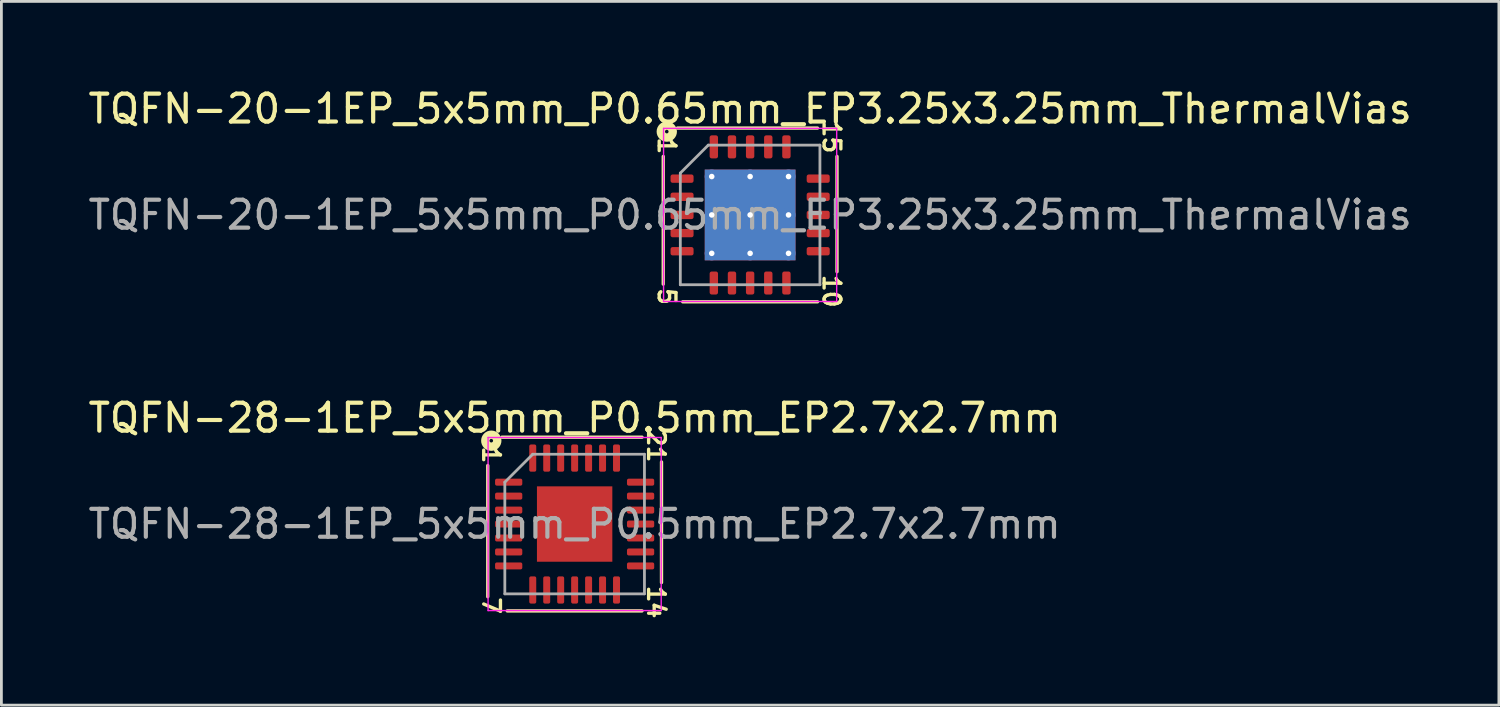
<source format=kicad_pcb>
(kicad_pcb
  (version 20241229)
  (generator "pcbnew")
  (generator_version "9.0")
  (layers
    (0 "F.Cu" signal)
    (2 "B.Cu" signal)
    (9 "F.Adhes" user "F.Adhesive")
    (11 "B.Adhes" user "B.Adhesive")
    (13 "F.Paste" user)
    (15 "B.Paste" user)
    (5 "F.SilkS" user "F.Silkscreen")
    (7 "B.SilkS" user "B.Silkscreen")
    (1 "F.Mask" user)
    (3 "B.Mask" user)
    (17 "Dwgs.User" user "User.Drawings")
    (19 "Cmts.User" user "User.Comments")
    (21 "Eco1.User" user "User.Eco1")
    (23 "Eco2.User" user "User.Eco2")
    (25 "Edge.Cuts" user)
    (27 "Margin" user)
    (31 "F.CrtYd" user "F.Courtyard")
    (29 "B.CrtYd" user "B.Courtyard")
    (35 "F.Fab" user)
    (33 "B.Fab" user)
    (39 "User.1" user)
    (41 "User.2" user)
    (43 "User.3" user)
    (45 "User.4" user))
  (footprint "TQFN-28-1EP_5x5mm_P0.5mm_EP2.7x2.7mm"
    (layer "F.Cu")
    (at 17.53 15.718)
    (property "Reference" "TQFN-28-1EP_5x5mm_P0.5mm_EP2.7x2.7mm" (at 0 -3.8 0) (layer "F.SilkS") (effects (font (size 1 1) (thickness 0.15))))
    (attr smd)
    (fp_line (start -3.111 -2.095) (end -3.111 2.603) (stroke (width 0.12) (type solid)) (layer "F.SilkS"))
    (fp_line (start -2.413 3.111) (end 2.413 3.111) (stroke (width 0.12) (type solid)) (layer "F.SilkS"))
    (fp_line (start 2.413 -3.111) (end -2.603 -3.111) (stroke (width 0.12) (type solid)) (layer "F.SilkS"))
    (fp_line (start 3.111 2.095) (end 3.111 -2.223) (stroke (width 0.12) (type solid)) (layer "F.SilkS"))
    (fp_circle (center -2.985 -2.985) (end -2.921 -2.985) (stroke (width 0.3) (type solid)) (fill no) (layer "F.SilkS"))
    (fp_line (start -3.1 -3.1) (end -3.1 3.1) (stroke (width 0.05) (type solid)) (layer "F.CrtYd"))
    (fp_line (start -3.1 3.1) (end 3.1 3.1) (stroke (width 0.05) (type solid)) (layer "F.CrtYd"))
    (fp_line (start 3.1 -3.1) (end -3.1 -3.1) (stroke (width 0.05) (type solid)) (layer "F.CrtYd"))
    (fp_line (start 3.1 3.1) (end 3.1 -3.1) (stroke (width 0.05) (type solid)) (layer "F.CrtYd"))
    (fp_line (start -2.5 -1.5) (end -1.5 -2.5) (stroke (width 0.1) (type solid)) (layer "F.Fab"))
    (fp_line (start -2.5 2.5) (end -2.5 -1.5) (stroke (width 0.1) (type solid)) (layer "F.Fab"))
    (fp_line (start -1.5 -2.5) (end 2.5 -2.5) (stroke (width 0.1) (type solid)) (layer "F.Fab"))
    (fp_line (start 2.5 -2.5) (end 2.5 2.5) (stroke (width 0.1) (type solid)) (layer "F.Fab"))
    (fp_line (start 2.5 2.5) (end -2.5 2.5) (stroke (width 0.1) (type solid)) (layer "F.Fab"))
    (fp_text user "14" (at 2.921 2.794 270) (unlocked yes) (layer "F.SilkS") (effects (font (size 0.6 0.6) (thickness 0.12))))
    (fp_text user "21" (at 2.921 -2.794 270) (unlocked yes) (layer "F.SilkS") (effects (font (size 0.6 0.6) (thickness 0.12))))
    (fp_text user "1" (at -2.985 -2.477 270) (unlocked yes) (layer "F.SilkS") (effects (font (size 0.6 0.6) (thickness 0.12))))
    (fp_text user "7" (at -2.985 2.921 270) (unlocked yes) (layer "F.SilkS") (effects (font (size 0.6 0.6) (thickness 0.12))))
    (fp_text user "${REFERENCE}" (at 0 0 0) (layer "F.Fab") (effects (font (size 1 1) (thickness 0.15))))
    (pad "" smd roundrect (at -0.675 -0.675) (size 1.09 1.09) (layers "F.Paste") (roundrect_rratio 0.229))
    (pad "" smd roundrect (at -0.675 0.675) (size 1.09 1.09) (layers "F.Paste") (roundrect_rratio 0.229))
    (pad "" smd roundrect (at 0.675 -0.675) (size 1.09 1.09) (layers "F.Paste") (roundrect_rratio 0.229))
    (pad "" smd roundrect (at 0.675 0.675) (size 1.09 1.09) (layers "F.Paste") (roundrect_rratio 0.229))
    (pad "1" smd roundrect (at -2.362 -1.5) (size 0.975 0.25) (layers "F.Cu" "F.Mask" "F.Paste") (roundrect_rratio 0.25))
    (pad "2" smd roundrect (at -2.362 -1) (size 0.975 0.25) (layers "F.Cu" "F.Mask" "F.Paste") (roundrect_rratio 0.25))
    (pad "3" smd roundrect (at -2.362 -0.5) (size 0.975 0.25) (layers "F.Cu" "F.Mask" "F.Paste") (roundrect_rratio 0.25))
    (pad "4" smd roundrect (at -2.362 0) (size 0.975 0.25) (layers "F.Cu" "F.Mask" "F.Paste") (roundrect_rratio 0.25))
    (pad "5" smd roundrect (at -2.362 0.5) (size 0.975 0.25) (layers "F.Cu" "F.Mask" "F.Paste") (roundrect_rratio 0.25))
    (pad "6" smd roundrect (at -2.362 1) (size 0.975 0.25) (layers "F.Cu" "F.Mask" "F.Paste") (roundrect_rratio 0.25))
    (pad "7" smd roundrect (at -2.362 1.5) (size 0.975 0.25) (layers "F.Cu" "F.Mask" "F.Paste") (roundrect_rratio 0.25))
    (pad "8" smd roundrect (at -1.5 2.362) (size 0.25 0.975) (layers "F.Cu" "F.Mask" "F.Paste") (roundrect_rratio 0.25))
    (pad "9" smd roundrect (at -1 2.362) (size 0.25 0.975) (layers "F.Cu" "F.Mask" "F.Paste") (roundrect_rratio 0.25))
    (pad "10" smd roundrect (at -0.5 2.362) (size 0.25 0.975) (layers "F.Cu" "F.Mask" "F.Paste") (roundrect_rratio 0.25))
    (pad "11" smd roundrect (at 0 2.362) (size 0.25 0.975) (layers "F.Cu" "F.Mask" "F.Paste") (roundrect_rratio 0.25))
    (pad "12" smd roundrect (at 0.5 2.362) (size 0.25 0.975) (layers "F.Cu" "F.Mask" "F.Paste") (roundrect_rratio 0.25))
    (pad "13" smd roundrect (at 1 2.362) (size 0.25 0.975) (layers "F.Cu" "F.Mask" "F.Paste") (roundrect_rratio 0.25))
    (pad "14" smd roundrect (at 1.5 2.362) (size 0.25 0.975) (layers "F.Cu" "F.Mask" "F.Paste") (roundrect_rratio 0.25))
    (pad "15" smd roundrect (at 2.362 1.5) (size 0.975 0.25) (layers "F.Cu" "F.Mask" "F.Paste") (roundrect_rratio 0.25))
    (pad "16" smd roundrect (at 2.362 1) (size 0.975 0.25) (layers "F.Cu" "F.Mask" "F.Paste") (roundrect_rratio 0.25))
    (pad "17" smd roundrect (at 2.362 0.5) (size 0.975 0.25) (layers "F.Cu" "F.Mask" "F.Paste") (roundrect_rratio 0.25))
    (pad "18" smd roundrect (at 2.362 0) (size 0.975 0.25) (layers "F.Cu" "F.Mask" "F.Paste") (roundrect_rratio 0.25))
    (pad "19" smd roundrect (at 2.362 -0.5) (size 0.975 0.25) (layers "F.Cu" "F.Mask" "F.Paste") (roundrect_rratio 0.25))
    (pad "20" smd roundrect (at 2.362 -1) (size 0.975 0.25) (layers "F.Cu" "F.Mask" "F.Paste") (roundrect_rratio 0.25))
    (pad "21" smd roundrect (at 2.362 -1.5) (size 0.975 0.25) (layers "F.Cu" "F.Mask" "F.Paste") (roundrect_rratio 0.25))
    (pad "22" smd roundrect (at 1.5 -2.362) (size 0.25 0.975) (layers "F.Cu" "F.Mask" "F.Paste") (roundrect_rratio 0.25))
    (pad "23" smd roundrect (at 1 -2.362) (size 0.25 0.975) (layers "F.Cu" "F.Mask" "F.Paste") (roundrect_rratio 0.25))
    (pad "24" smd roundrect (at 0.5 -2.362) (size 0.25 0.975) (layers "F.Cu" "F.Mask" "F.Paste") (roundrect_rratio 0.25))
    (pad "25" smd roundrect (at 0 -2.362) (size 0.25 0.975) (layers "F.Cu" "F.Mask" "F.Paste") (roundrect_rratio 0.25))
    (pad "26" smd roundrect (at -0.5 -2.362) (size 0.25 0.975) (layers "F.Cu" "F.Mask" "F.Paste") (roundrect_rratio 0.25))
    (pad "27" smd roundrect (at -1 -2.362) (size 0.25 0.975) (layers "F.Cu" "F.Mask" "F.Paste") (roundrect_rratio 0.25))
    (pad "28" smd roundrect (at -1.5 -2.362) (size 0.25 0.975) (layers "F.Cu" "F.Mask" "F.Paste") (roundrect_rratio 0.25))
    (pad "29" smd rect (at 0 0) (size 2.7 2.7) (layers "F.Cu" "F.Mask")))
  (footprint "TQFN-20-1EP_5x5mm_P0.65mm_EP3.25x3.25mm_ThermalVias"
    (layer "F.Cu")
    (at 23.815 4.648)
    (property "Reference" "TQFN-20-1EP_5x5mm_P0.65mm_EP3.25x3.25mm_ThermalVias" (at 0 -3.8 0) (layer "F.SilkS") (effects (font (size 1 1) (thickness 0.15))))
    (attr smd)
    (fp_line (start -3.111 -2.095) (end -3.111 2.477) (stroke (width 0.12) (type solid)) (layer "F.SilkS"))
    (fp_line (start -2.413 3.111) (end 2.413 3.111) (stroke (width 0.12) (type solid)) (layer "F.SilkS"))
    (fp_line (start 2.413 -3.111) (end -2.603 -3.111) (stroke (width 0.12) (type solid)) (layer "F.SilkS"))
    (fp_line (start 3.111 2.032) (end 3.111 -2.095) (stroke (width 0.12) (type solid)) (layer "F.SilkS"))
    (fp_circle (center -2.985 -2.985) (end -2.921 -2.985) (stroke (width 0.3) (type solid)) (fill no) (layer "F.SilkS"))
    (fp_line (start -3.1 -3.1) (end -3.1 3.1) (stroke (width 0.05) (type solid)) (layer "F.CrtYd"))
    (fp_line (start -3.1 3.1) (end 3.1 3.1) (stroke (width 0.05) (type solid)) (layer "F.CrtYd"))
    (fp_line (start 3.1 -3.1) (end -3.1 -3.1) (stroke (width 0.05) (type solid)) (layer "F.CrtYd"))
    (fp_line (start 3.1 3.1) (end 3.1 -3.1) (stroke (width 0.05) (type solid)) (layer "F.CrtYd"))
    (fp_line (start -2.5 -1.5) (end -1.5 -2.5) (stroke (width 0.1) (type solid)) (layer "F.Fab"))
    (fp_line (start -2.5 2.5) (end -2.5 -1.5) (stroke (width 0.1) (type solid)) (layer "F.Fab"))
    (fp_line (start -1.5 -2.5) (end 2.5 -2.5) (stroke (width 0.1) (type solid)) (layer "F.Fab"))
    (fp_line (start 2.5 -2.5) (end 2.5 2.5) (stroke (width 0.1) (type solid)) (layer "F.Fab"))
    (fp_line (start 2.5 2.5) (end -2.5 2.5) (stroke (width 0.1) (type solid)) (layer "F.Fab"))
    (fp_text user "1" (at -2.985 -2.477 270) (unlocked yes) (layer "F.SilkS") (effects (font (size 0.6 0.6) (thickness 0.12))))
    (fp_text user "5" (at -2.985 2.921 270) (unlocked yes) (layer "F.SilkS") (effects (font (size 0.6 0.6) (thickness 0.12))))
    (fp_text user "15" (at 2.921 -2.794 270) (unlocked yes) (layer "F.SilkS") (effects (font (size 0.6 0.6) (thickness 0.12))))
    (fp_text user "10" (at 2.921 2.731 270) (unlocked yes) (layer "F.SilkS") (effects (font (size 0.6 0.6) (thickness 0.12))))
    (fp_text user "${REFERENCE}" (at 0 0 0) (layer "F.Fab") (effects (font (size 1 1) (thickness 0.15))))
    (pad "" smd roundrect (at -0.81 -0.81) (size 1.41 1.41) (layers "F.Paste") (roundrect_rratio 0.177))
    (pad "" smd roundrect (at -0.81 0.81) (size 1.41 1.41) (layers "F.Paste") (roundrect_rratio 0.177))
    (pad "" smd roundrect (at 0.81 -0.81) (size 1.41 1.41) (layers "F.Paste") (roundrect_rratio 0.177))
    (pad "" smd roundrect (at 0.81 0.81) (size 1.41 1.41) (layers "F.Paste") (roundrect_rratio 0.177))
    (pad "1" smd roundrect (at -2.438 -1.3) (size 0.825 0.3) (layers "F.Cu" "F.Mask" "F.Paste") (roundrect_rratio 0.25))
    (pad "2" smd roundrect (at -2.438 -0.65) (size 0.825 0.3) (layers "F.Cu" "F.Mask" "F.Paste") (roundrect_rratio 0.25))
    (pad "3" smd roundrect (at -2.438 0) (size 0.825 0.3) (layers "F.Cu" "F.Mask" "F.Paste") (roundrect_rratio 0.25))
    (pad "4" smd roundrect (at -2.438 0.65) (size 0.825 0.3) (layers "F.Cu" "F.Mask" "F.Paste") (roundrect_rratio 0.25))
    (pad "5" smd roundrect (at -2.438 1.3) (size 0.825 0.3) (layers "F.Cu" "F.Mask" "F.Paste") (roundrect_rratio 0.25))
    (pad "6" smd roundrect (at -1.3 2.438) (size 0.3 0.825) (layers "F.Cu" "F.Mask" "F.Paste") (roundrect_rratio 0.25))
    (pad "7" smd roundrect (at -0.65 2.438) (size 0.3 0.825) (layers "F.Cu" "F.Mask" "F.Paste") (roundrect_rratio 0.25))
    (pad "8" smd roundrect (at 0 2.438) (size 0.3 0.825) (layers "F.Cu" "F.Mask" "F.Paste") (roundrect_rratio 0.25))
    (pad "9" smd roundrect (at 0.65 2.438) (size 0.3 0.825) (layers "F.Cu" "F.Mask" "F.Paste") (roundrect_rratio 0.25))
    (pad "10" smd roundrect (at 1.3 2.438) (size 0.3 0.825) (layers "F.Cu" "F.Mask" "F.Paste") (roundrect_rratio 0.25))
    (pad "11" smd roundrect (at 2.438 1.3) (size 0.825 0.3) (layers "F.Cu" "F.Mask" "F.Paste") (roundrect_rratio 0.25))
    (pad "12" smd roundrect (at 2.438 0.65) (size 0.825 0.3) (layers "F.Cu" "F.Mask" "F.Paste") (roundrect_rratio 0.25))
    (pad "13" smd roundrect (at 2.438 0) (size 0.825 0.3) (layers "F.Cu" "F.Mask" "F.Paste") (roundrect_rratio 0.25))
    (pad "14" smd roundrect (at 2.438 -0.65) (size 0.825 0.3) (layers "F.Cu" "F.Mask" "F.Paste") (roundrect_rratio 0.25))
    (pad "15" smd roundrect (at 2.438 -1.3) (size 0.825 0.3) (layers "F.Cu" "F.Mask" "F.Paste") (roundrect_rratio 0.25))
    (pad "16" smd roundrect (at 1.3 -2.438) (size 0.3 0.825) (layers "F.Cu" "F.Mask" "F.Paste") (roundrect_rratio 0.25))
    (pad "17" smd roundrect (at 0.65 -2.438) (size 0.3 0.825) (layers "F.Cu" "F.Mask" "F.Paste") (roundrect_rratio 0.25))
    (pad "18" smd roundrect (at 0 -2.438) (size 0.3 0.825) (layers "F.Cu" "F.Mask" "F.Paste") (roundrect_rratio 0.25))
    (pad "19" smd roundrect (at -0.65 -2.438) (size 0.3 0.825) (layers "F.Cu" "F.Mask" "F.Paste") (roundrect_rratio 0.25))
    (pad "20" smd roundrect (at -1.3 -2.438) (size 0.3 0.825) (layers "F.Cu" "F.Mask" "F.Paste") (roundrect_rratio 0.25))
    (pad "21" thru_hole circle (at -1.375 -1.375) (size 0.5 0.5) (drill 0.2) (layers "*.Cu"))
    (pad "21" thru_hole circle (at -1.375 0) (size 0.5 0.5) (drill 0.2) (layers "*.Cu"))
    (pad "21" thru_hole circle (at -1.375 1.375) (size 0.5 0.5) (drill 0.2) (layers "*.Cu"))
    (pad "21" thru_hole circle (at 0 -1.375) (size 0.5 0.5) (drill 0.2) (layers "*.Cu"))
    (pad "21" thru_hole circle (at 0 0) (size 0.5 0.5) (drill 0.2) (layers "*.Cu"))
    (pad "21" smd rect (at 0 0) (size 3.25 3.25) (layers "F.Cu" "F.Mask"))
    (pad "21" smd rect (at 0 0) (size 3.25 3.25) (layers "B.Cu" "B.Mask"))
    (pad "21" thru_hole circle (at 0 1.375) (size 0.5 0.5) (drill 0.2) (layers "*.Cu"))
    (pad "21" thru_hole circle (at 1.375 -1.375) (size 0.5 0.5) (drill 0.2) (layers "*.Cu"))
    (pad "21" thru_hole circle (at 1.375 0) (size 0.5 0.5) (drill 0.2) (layers "*.Cu"))
    (pad "21" thru_hole circle (at 1.375 1.375) (size 0.5 0.5) (drill 0.2) (layers "*.Cu")))
  (gr_rect
    (start -3 -3)
    (end 50.631 22.204)
    (stroke (width 0.1) (type default))
    (fill no)
    (layer "Edge.Cuts")))
</source>
